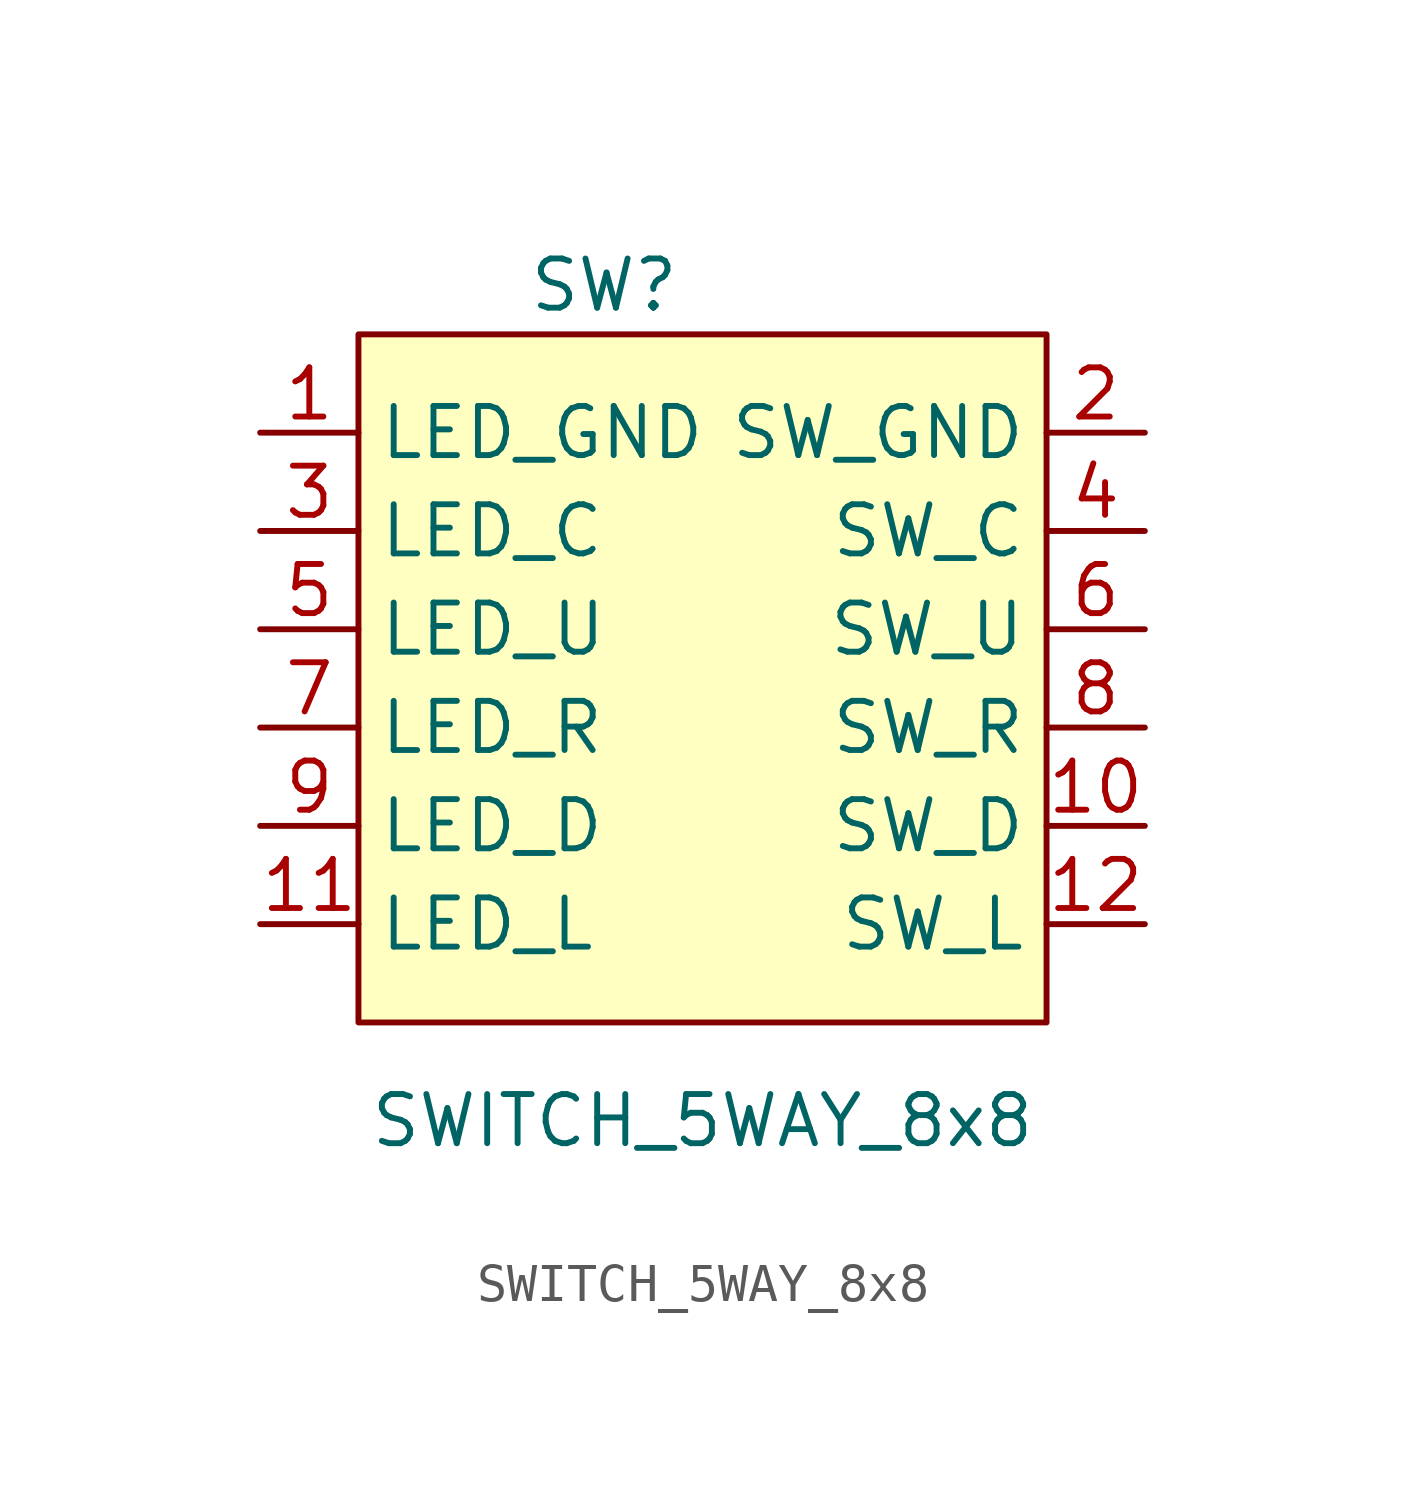
<source format=kicad_sym>
(kicad_symbol_lib
  (version 20220914)
  (generator kicad_symbol_editor)
  (symbol "SWITCH_5WAY_8x8"
    (property "Reference" "SW"
      (at 0 17.78 0)
      (effects (font (size 1.27 1.27))))
    (property "Value" "SWITCH_5WAY_8x8"
      (at 2.54 -3.81 0)
      (effects (font (size 1.27 1.27))))
    (symbol "SWITCH_5WAY_8x8_0_1"
      (rectangle (start -6.35 16.51) (end 11.43 -1.27) (stroke (width 0) (type default)) (fill (type background))))
    (symbol "SWITCH_5WAY_8x8_1_1"
      (pin passive line (at -8.89 13.97 0) (length 2.54) (name "LED_GND" (effects (font (size 1.27 1.27)))) (number "1" (effects (font (size 1.27 1.27)))))
      (pin passive line (at 13.97 3.81 180) (length 2.54) (name "SW_D" (effects (font (size 1.27 1.27)))) (number "10" (effects (font (size 1.27 1.27)))))
      (pin passive line (at -8.89 1.27 0) (length 2.54) (name "LED_L" (effects (font (size 1.27 1.27)))) (number "11" (effects (font (size 1.27 1.27)))))
      (pin passive line (at 13.97 1.27 180) (length 2.54) (name "SW_L" (effects (font (size 1.27 1.27)))) (number "12" (effects (font (size 1.27 1.27)))))
      (pin passive line (at 13.97 13.97 180) (length 2.54) (name "SW_GND" (effects (font (size 1.27 1.27)))) (number "2" (effects (font (size 1.27 1.27)))))
      (pin passive line (at -8.89 11.43 0) (length 2.54) (name "LED_C" (effects (font (size 1.27 1.27)))) (number "3" (effects (font (size 1.27 1.27)))))
      (pin passive line (at 13.97 11.43 180) (length 2.54) (name "SW_C" (effects (font (size 1.27 1.27)))) (number "4" (effects (font (size 1.27 1.27)))))
      (pin passive line (at -8.89 8.89 0) (length 2.54) (name "LED_U" (effects (font (size 1.27 1.27)))) (number "5" (effects (font (size 1.27 1.27)))))
      (pin passive line (at 13.97 8.89 180) (length 2.54) (name "SW_U" (effects (font (size 1.27 1.27)))) (number "6" (effects (font (size 1.27 1.27)))))
      (pin passive line (at -8.89 6.35 0) (length 2.54) (name "LED_R" (effects (font (size 1.27 1.27)))) (number "7" (effects (font (size 1.27 1.27)))))
      (pin passive line (at 13.97 6.35 180) (length 2.54) (name "SW_R" (effects (font (size 1.27 1.27)))) (number "8" (effects (font (size 1.27 1.27)))))
      (pin passive line (at -8.89 3.81 0) (length 2.54) (name "LED_D" (effects (font (size 1.27 1.27)))) (number "9" (effects (font (size 1.27 1.27))))))))
</source>
